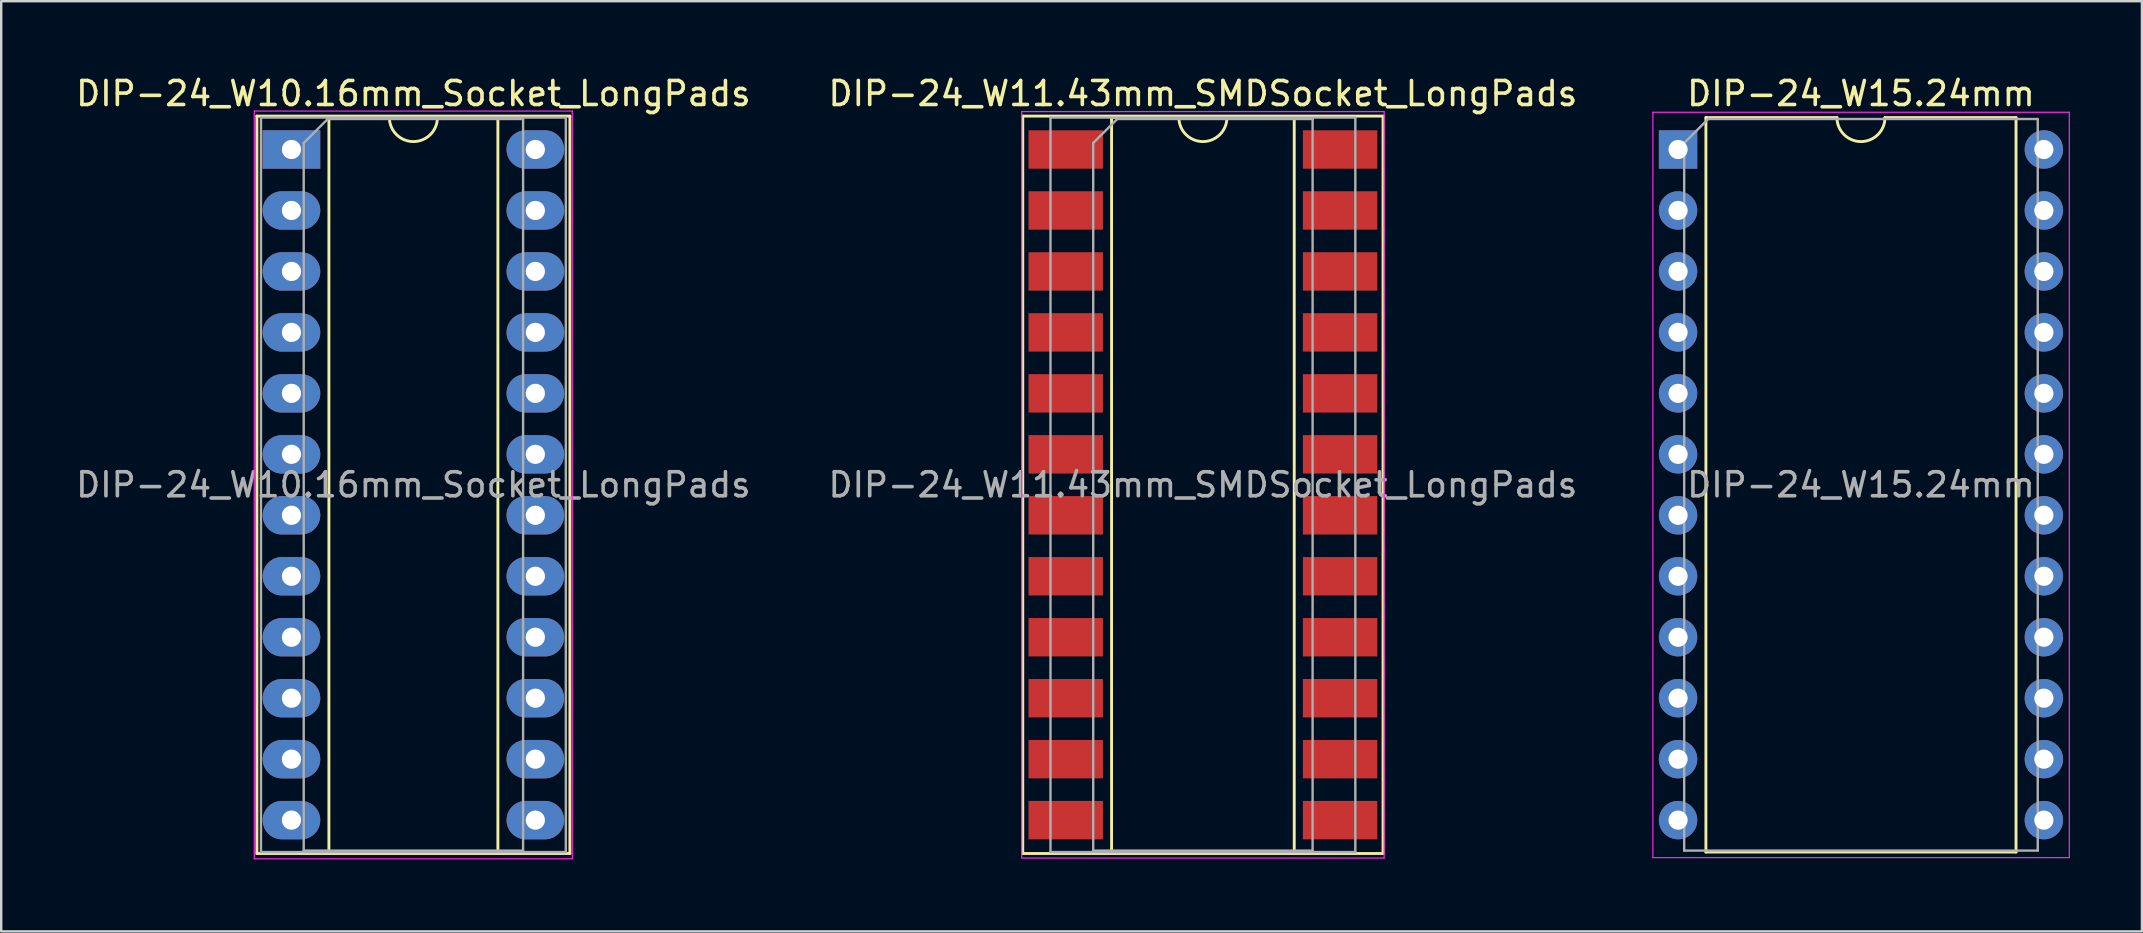
<source format=kicad_pcb>
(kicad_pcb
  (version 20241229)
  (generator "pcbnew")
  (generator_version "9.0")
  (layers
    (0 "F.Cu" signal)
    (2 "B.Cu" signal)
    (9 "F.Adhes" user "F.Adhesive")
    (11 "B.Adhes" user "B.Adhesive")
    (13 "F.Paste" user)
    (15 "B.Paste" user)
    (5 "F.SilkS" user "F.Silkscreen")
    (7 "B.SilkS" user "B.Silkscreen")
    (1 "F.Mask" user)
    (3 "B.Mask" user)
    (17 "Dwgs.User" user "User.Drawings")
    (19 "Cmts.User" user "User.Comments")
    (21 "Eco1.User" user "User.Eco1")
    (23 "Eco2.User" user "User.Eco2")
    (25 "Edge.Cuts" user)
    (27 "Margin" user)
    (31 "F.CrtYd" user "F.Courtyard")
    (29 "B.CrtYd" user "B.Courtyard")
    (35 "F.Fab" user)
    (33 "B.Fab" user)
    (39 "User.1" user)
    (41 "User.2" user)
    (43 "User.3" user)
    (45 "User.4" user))
  (footprint "DIP-24_W15.24mm"
    (layer "F.Cu")
    (at 66.861 3.178)
    (property "Reference" "DIP-24_W15.24mm" (at 7.62 -2.33 0) (layer "F.SilkS") (effects (font (size 1 1) (thickness 0.15))))
    (attr through_hole)
    (fp_line (start 1.16 -1.33) (end 1.16 29.27) (stroke (width 0.12) (type solid)) (layer "F.SilkS"))
    (fp_line (start 1.16 29.27) (end 14.08 29.27) (stroke (width 0.12) (type solid)) (layer "F.SilkS"))
    (fp_line (start 6.62 -1.33) (end 1.16 -1.33) (stroke (width 0.12) (type solid)) (layer "F.SilkS"))
    (fp_line (start 14.08 -1.33) (end 8.62 -1.33) (stroke (width 0.12) (type solid)) (layer "F.SilkS"))
    (fp_line (start 14.08 29.27) (end 14.08 -1.33) (stroke (width 0.12) (type solid)) (layer "F.SilkS"))
    (fp_arc (start 8.62 -1.33) (mid 7.62 -0.33) (end 6.62 -1.33) (stroke (width 0.12) (type solid)) (layer "F.SilkS"))
    (fp_line (start -1.05 -1.55) (end -1.05 29.5) (stroke (width 0.05) (type solid)) (layer "F.CrtYd"))
    (fp_line (start -1.05 29.5) (end 16.3 29.5) (stroke (width 0.05) (type solid)) (layer "F.CrtYd"))
    (fp_line (start 16.3 -1.55) (end -1.05 -1.55) (stroke (width 0.05) (type solid)) (layer "F.CrtYd"))
    (fp_line (start 16.3 29.5) (end 16.3 -1.55) (stroke (width 0.05) (type solid)) (layer "F.CrtYd"))
    (fp_line (start 0.255 -0.27) (end 1.255 -1.27) (stroke (width 0.1) (type solid)) (layer "F.Fab"))
    (fp_line (start 0.255 29.21) (end 0.255 -0.27) (stroke (width 0.1) (type solid)) (layer "F.Fab"))
    (fp_line (start 1.255 -1.27) (end 14.985 -1.27) (stroke (width 0.1) (type solid)) (layer "F.Fab"))
    (fp_line (start 14.985 -1.27) (end 14.985 29.21) (stroke (width 0.1) (type solid)) (layer "F.Fab"))
    (fp_line (start 14.985 29.21) (end 0.255 29.21) (stroke (width 0.1) (type solid)) (layer "F.Fab"))
    (fp_text user "${REFERENCE}" (at 7.62 13.97 0) (layer "F.Fab") (effects (font (size 1 1) (thickness 0.15))))
    (pad "1" thru_hole rect (at 0 0) (size 1.6 1.6) (drill 0.8) (layers "*.Cu" "*.Mask"))
    (pad "2" thru_hole oval (at 0 2.54) (size 1.6 1.6) (drill 0.8) (layers "*.Cu" "*.Mask"))
    (pad "3" thru_hole oval (at 0 5.08) (size 1.6 1.6) (drill 0.8) (layers "*.Cu" "*.Mask"))
    (pad "4" thru_hole oval (at 0 7.62) (size 1.6 1.6) (drill 0.8) (layers "*.Cu" "*.Mask"))
    (pad "5" thru_hole oval (at 0 10.16) (size 1.6 1.6) (drill 0.8) (layers "*.Cu" "*.Mask"))
    (pad "6" thru_hole oval (at 0 12.7) (size 1.6 1.6) (drill 0.8) (layers "*.Cu" "*.Mask"))
    (pad "7" thru_hole oval (at 0 15.24) (size 1.6 1.6) (drill 0.8) (layers "*.Cu" "*.Mask"))
    (pad "8" thru_hole oval (at 0 17.78) (size 1.6 1.6) (drill 0.8) (layers "*.Cu" "*.Mask"))
    (pad "9" thru_hole oval (at 0 20.32) (size 1.6 1.6) (drill 0.8) (layers "*.Cu" "*.Mask"))
    (pad "10" thru_hole oval (at 0 22.86) (size 1.6 1.6) (drill 0.8) (layers "*.Cu" "*.Mask"))
    (pad "11" thru_hole oval (at 0 25.4) (size 1.6 1.6) (drill 0.8) (layers "*.Cu" "*.Mask"))
    (pad "12" thru_hole oval (at 0 27.94) (size 1.6 1.6) (drill 0.8) (layers "*.Cu" "*.Mask"))
    (pad "13" thru_hole oval (at 15.24 27.94) (size 1.6 1.6) (drill 0.8) (layers "*.Cu" "*.Mask"))
    (pad "14" thru_hole oval (at 15.24 25.4) (size 1.6 1.6) (drill 0.8) (layers "*.Cu" "*.Mask"))
    (pad "15" thru_hole oval (at 15.24 22.86) (size 1.6 1.6) (drill 0.8) (layers "*.Cu" "*.Mask"))
    (pad "16" thru_hole oval (at 15.24 20.32) (size 1.6 1.6) (drill 0.8) (layers "*.Cu" "*.Mask"))
    (pad "17" thru_hole oval (at 15.24 17.78) (size 1.6 1.6) (drill 0.8) (layers "*.Cu" "*.Mask"))
    (pad "18" thru_hole oval (at 15.24 15.24) (size 1.6 1.6) (drill 0.8) (layers "*.Cu" "*.Mask"))
    (pad "19" thru_hole oval (at 15.24 12.7) (size 1.6 1.6) (drill 0.8) (layers "*.Cu" "*.Mask"))
    (pad "20" thru_hole oval (at 15.24 10.16) (size 1.6 1.6) (drill 0.8) (layers "*.Cu" "*.Mask"))
    (pad "21" thru_hole oval (at 15.24 7.62) (size 1.6 1.6) (drill 0.8) (layers "*.Cu" "*.Mask"))
    (pad "22" thru_hole oval (at 15.24 5.08) (size 1.6 1.6) (drill 0.8) (layers "*.Cu" "*.Mask"))
    (pad "23" thru_hole oval (at 15.24 2.54) (size 1.6 1.6) (drill 0.8) (layers "*.Cu" "*.Mask"))
    (pad "24" thru_hole oval (at 15.24 0) (size 1.6 1.6) (drill 0.8) (layers "*.Cu" "*.Mask")))
  (footprint "DIP-24_W10.16mm_Socket_LongPads"
    (layer "F.Cu")
    (at 9.093 3.178)
    (property "Reference" "DIP-24_W10.16mm_Socket_LongPads" (at 5.08 -2.33 0) (layer "F.SilkS") (effects (font (size 1 1) (thickness 0.15))))
    (attr through_hole)
    (fp_line (start -1.44 -1.39) (end -1.44 29.33) (stroke (width 0.12) (type solid)) (layer "F.SilkS"))
    (fp_line (start -1.44 29.33) (end 11.6 29.33) (stroke (width 0.12) (type solid)) (layer "F.SilkS"))
    (fp_line (start 1.56 -1.33) (end 1.56 29.27) (stroke (width 0.12) (type solid)) (layer "F.SilkS"))
    (fp_line (start 1.56 29.27) (end 8.6 29.27) (stroke (width 0.12) (type solid)) (layer "F.SilkS"))
    (fp_line (start 4.08 -1.33) (end 1.56 -1.33) (stroke (width 0.12) (type solid)) (layer "F.SilkS"))
    (fp_line (start 8.6 -1.33) (end 6.08 -1.33) (stroke (width 0.12) (type solid)) (layer "F.SilkS"))
    (fp_line (start 8.6 29.27) (end 8.6 -1.33) (stroke (width 0.12) (type solid)) (layer "F.SilkS"))
    (fp_line (start 11.6 -1.39) (end -1.44 -1.39) (stroke (width 0.12) (type solid)) (layer "F.SilkS"))
    (fp_line (start 11.6 29.33) (end 11.6 -1.39) (stroke (width 0.12) (type solid)) (layer "F.SilkS"))
    (fp_arc (start 6.08 -1.33) (mid 5.08 -0.33) (end 4.08 -1.33) (stroke (width 0.12) (type solid)) (layer "F.SilkS"))
    (fp_line (start -1.55 -1.6) (end -1.55 29.55) (stroke (width 0.05) (type solid)) (layer "F.CrtYd"))
    (fp_line (start -1.55 29.55) (end 11.7 29.55) (stroke (width 0.05) (type solid)) (layer "F.CrtYd"))
    (fp_line (start 11.7 -1.6) (end -1.55 -1.6) (stroke (width 0.05) (type solid)) (layer "F.CrtYd"))
    (fp_line (start 11.7 29.55) (end 11.7 -1.6) (stroke (width 0.05) (type solid)) (layer "F.CrtYd"))
    (fp_line (start -1.27 -1.33) (end -1.27 29.27) (stroke (width 0.1) (type solid)) (layer "F.Fab"))
    (fp_line (start -1.27 29.27) (end 11.43 29.27) (stroke (width 0.1) (type solid)) (layer "F.Fab"))
    (fp_line (start 0.51 -0.27) (end 1.51 -1.27) (stroke (width 0.1) (type solid)) (layer "F.Fab"))
    (fp_line (start 0.51 29.21) (end 0.51 -0.27) (stroke (width 0.1) (type solid)) (layer "F.Fab"))
    (fp_line (start 1.51 -1.27) (end 9.65 -1.27) (stroke (width 0.1) (type solid)) (layer "F.Fab"))
    (fp_line (start 9.65 -1.27) (end 9.65 29.21) (stroke (width 0.1) (type solid)) (layer "F.Fab"))
    (fp_line (start 9.65 29.21) (end 0.51 29.21) (stroke (width 0.1) (type solid)) (layer "F.Fab"))
    (fp_line (start 11.43 -1.33) (end -1.27 -1.33) (stroke (width 0.1) (type solid)) (layer "F.Fab"))
    (fp_line (start 11.43 29.27) (end 11.43 -1.33) (stroke (width 0.1) (type solid)) (layer "F.Fab"))
    (fp_text user "${REFERENCE}" (at 5.08 13.97 0) (layer "F.Fab") (effects (font (size 1 1) (thickness 0.15))))
    (pad "1" thru_hole rect (at 0 0) (size 2.4 1.6) (drill 0.8) (layers "*.Cu" "*.Mask"))
    (pad "2" thru_hole oval (at 0 2.54) (size 2.4 1.6) (drill 0.8) (layers "*.Cu" "*.Mask"))
    (pad "3" thru_hole oval (at 0 5.08) (size 2.4 1.6) (drill 0.8) (layers "*.Cu" "*.Mask"))
    (pad "4" thru_hole oval (at 0 7.62) (size 2.4 1.6) (drill 0.8) (layers "*.Cu" "*.Mask"))
    (pad "5" thru_hole oval (at 0 10.16) (size 2.4 1.6) (drill 0.8) (layers "*.Cu" "*.Mask"))
    (pad "6" thru_hole oval (at 0 12.7) (size 2.4 1.6) (drill 0.8) (layers "*.Cu" "*.Mask"))
    (pad "7" thru_hole oval (at 0 15.24) (size 2.4 1.6) (drill 0.8) (layers "*.Cu" "*.Mask"))
    (pad "8" thru_hole oval (at 0 17.78) (size 2.4 1.6) (drill 0.8) (layers "*.Cu" "*.Mask"))
    (pad "9" thru_hole oval (at 0 20.32) (size 2.4 1.6) (drill 0.8) (layers "*.Cu" "*.Mask"))
    (pad "10" thru_hole oval (at 0 22.86) (size 2.4 1.6) (drill 0.8) (layers "*.Cu" "*.Mask"))
    (pad "11" thru_hole oval (at 0 25.4) (size 2.4 1.6) (drill 0.8) (layers "*.Cu" "*.Mask"))
    (pad "12" thru_hole oval (at 0 27.94) (size 2.4 1.6) (drill 0.8) (layers "*.Cu" "*.Mask"))
    (pad "13" thru_hole oval (at 10.16 27.94) (size 2.4 1.6) (drill 0.8) (layers "*.Cu" "*.Mask"))
    (pad "14" thru_hole oval (at 10.16 25.4) (size 2.4 1.6) (drill 0.8) (layers "*.Cu" "*.Mask"))
    (pad "15" thru_hole oval (at 10.16 22.86) (size 2.4 1.6) (drill 0.8) (layers "*.Cu" "*.Mask"))
    (pad "16" thru_hole oval (at 10.16 20.32) (size 2.4 1.6) (drill 0.8) (layers "*.Cu" "*.Mask"))
    (pad "17" thru_hole oval (at 10.16 17.78) (size 2.4 1.6) (drill 0.8) (layers "*.Cu" "*.Mask"))
    (pad "18" thru_hole oval (at 10.16 15.24) (size 2.4 1.6) (drill 0.8) (layers "*.Cu" "*.Mask"))
    (pad "19" thru_hole oval (at 10.16 12.7) (size 2.4 1.6) (drill 0.8) (layers "*.Cu" "*.Mask"))
    (pad "20" thru_hole oval (at 10.16 10.16) (size 2.4 1.6) (drill 0.8) (layers "*.Cu" "*.Mask"))
    (pad "21" thru_hole oval (at 10.16 7.62) (size 2.4 1.6) (drill 0.8) (layers "*.Cu" "*.Mask"))
    (pad "22" thru_hole oval (at 10.16 5.08) (size 2.4 1.6) (drill 0.8) (layers "*.Cu" "*.Mask"))
    (pad "23" thru_hole oval (at 10.16 2.54) (size 2.4 1.6) (drill 0.8) (layers "*.Cu" "*.Mask"))
    (pad "24" thru_hole oval (at 10.16 0) (size 2.4 1.6) (drill 0.8) (layers "*.Cu" "*.Mask")))
  (footprint "DIP-24_W11.43mm_SMDSocket_LongPads"
    (layer "F.Cu")
    (at 47.065 17.148)
    (property "Reference" "DIP-24_W11.43mm_SMDSocket_LongPads" (at 0 -16.3 0) (layer "F.SilkS") (effects (font (size 1 1) (thickness 0.15))))
    (attr smd)
    (fp_line (start -7.505 -15.36) (end -7.505 15.36) (stroke (width 0.12) (type solid)) (layer "F.SilkS"))
    (fp_line (start -7.505 15.36) (end 7.505 15.36) (stroke (width 0.12) (type solid)) (layer "F.SilkS"))
    (fp_line (start -3.805 -15.3) (end -3.805 15.3) (stroke (width 0.12) (type solid)) (layer "F.SilkS"))
    (fp_line (start -3.805 15.3) (end 3.805 15.3) (stroke (width 0.12) (type solid)) (layer "F.SilkS"))
    (fp_line (start -1 -15.3) (end -3.805 -15.3) (stroke (width 0.12) (type solid)) (layer "F.SilkS"))
    (fp_line (start 3.805 -15.3) (end 1 -15.3) (stroke (width 0.12) (type solid)) (layer "F.SilkS"))
    (fp_line (start 3.805 15.3) (end 3.805 -15.3) (stroke (width 0.12) (type solid)) (layer "F.SilkS"))
    (fp_line (start 7.505 -15.36) (end -7.505 -15.36) (stroke (width 0.12) (type solid)) (layer "F.SilkS"))
    (fp_line (start 7.505 15.36) (end 7.505 -15.36) (stroke (width 0.12) (type solid)) (layer "F.SilkS"))
    (fp_arc (start 1 -15.3) (mid 0 -14.3) (end -1 -15.3) (stroke (width 0.12) (type solid)) (layer "F.SilkS"))
    (fp_line (start -7.55 -15.55) (end -7.55 15.55) (stroke (width 0.05) (type solid)) (layer "F.CrtYd"))
    (fp_line (start -7.55 15.55) (end 7.55 15.55) (stroke (width 0.05) (type solid)) (layer "F.CrtYd"))
    (fp_line (start 7.55 -15.55) (end -7.55 -15.55) (stroke (width 0.05) (type solid)) (layer "F.CrtYd"))
    (fp_line (start 7.55 15.55) (end 7.55 -15.55) (stroke (width 0.05) (type solid)) (layer "F.CrtYd"))
    (fp_line (start -6.35 -15.3) (end -6.35 15.3) (stroke (width 0.1) (type solid)) (layer "F.Fab"))
    (fp_line (start -6.35 15.3) (end 6.35 15.3) (stroke (width 0.1) (type solid)) (layer "F.Fab"))
    (fp_line (start -4.57 -14.24) (end -3.57 -15.24) (stroke (width 0.1) (type solid)) (layer "F.Fab"))
    (fp_line (start -4.57 15.24) (end -4.57 -14.24) (stroke (width 0.1) (type solid)) (layer "F.Fab"))
    (fp_line (start -3.57 -15.24) (end 4.57 -15.24) (stroke (width 0.1) (type solid)) (layer "F.Fab"))
    (fp_line (start 4.57 -15.24) (end 4.57 15.24) (stroke (width 0.1) (type solid)) (layer "F.Fab"))
    (fp_line (start 4.57 15.24) (end -4.57 15.24) (stroke (width 0.1) (type solid)) (layer "F.Fab"))
    (fp_line (start 6.35 -15.3) (end -6.35 -15.3) (stroke (width 0.1) (type solid)) (layer "F.Fab"))
    (fp_line (start 6.35 15.3) (end 6.35 -15.3) (stroke (width 0.1) (type solid)) (layer "F.Fab"))
    (fp_text user "${REFERENCE}" (at 0 0 0) (layer "F.Fab") (effects (font (size 1 1) (thickness 0.15))))
    (pad "1" smd rect (at -5.715 -13.97) (size 3.1 1.6) (layers "F.Cu" "F.Mask" "F.Paste"))
    (pad "2" smd rect (at -5.715 -11.43) (size 3.1 1.6) (layers "F.Cu" "F.Mask" "F.Paste"))
    (pad "3" smd rect (at -5.715 -8.89) (size 3.1 1.6) (layers "F.Cu" "F.Mask" "F.Paste"))
    (pad "4" smd rect (at -5.715 -6.35) (size 3.1 1.6) (layers "F.Cu" "F.Mask" "F.Paste"))
    (pad "5" smd rect (at -5.715 -3.81) (size 3.1 1.6) (layers "F.Cu" "F.Mask" "F.Paste"))
    (pad "6" smd rect (at -5.715 -1.27) (size 3.1 1.6) (layers "F.Cu" "F.Mask" "F.Paste"))
    (pad "7" smd rect (at -5.715 1.27) (size 3.1 1.6) (layers "F.Cu" "F.Mask" "F.Paste"))
    (pad "8" smd rect (at -5.715 3.81) (size 3.1 1.6) (layers "F.Cu" "F.Mask" "F.Paste"))
    (pad "9" smd rect (at -5.715 6.35) (size 3.1 1.6) (layers "F.Cu" "F.Mask" "F.Paste"))
    (pad "10" smd rect (at -5.715 8.89) (size 3.1 1.6) (layers "F.Cu" "F.Mask" "F.Paste"))
    (pad "11" smd rect (at -5.715 11.43) (size 3.1 1.6) (layers "F.Cu" "F.Mask" "F.Paste"))
    (pad "12" smd rect (at -5.715 13.97) (size 3.1 1.6) (layers "F.Cu" "F.Mask" "F.Paste"))
    (pad "13" smd rect (at 5.715 13.97) (size 3.1 1.6) (layers "F.Cu" "F.Mask" "F.Paste"))
    (pad "14" smd rect (at 5.715 11.43) (size 3.1 1.6) (layers "F.Cu" "F.Mask" "F.Paste"))
    (pad "15" smd rect (at 5.715 8.89) (size 3.1 1.6) (layers "F.Cu" "F.Mask" "F.Paste"))
    (pad "16" smd rect (at 5.715 6.35) (size 3.1 1.6) (layers "F.Cu" "F.Mask" "F.Paste"))
    (pad "17" smd rect (at 5.715 3.81) (size 3.1 1.6) (layers "F.Cu" "F.Mask" "F.Paste"))
    (pad "18" smd rect (at 5.715 1.27) (size 3.1 1.6) (layers "F.Cu" "F.Mask" "F.Paste"))
    (pad "19" smd rect (at 5.715 -1.27) (size 3.1 1.6) (layers "F.Cu" "F.Mask" "F.Paste"))
    (pad "20" smd rect (at 5.715 -3.81) (size 3.1 1.6) (layers "F.Cu" "F.Mask" "F.Paste"))
    (pad "21" smd rect (at 5.715 -6.35) (size 3.1 1.6) (layers "F.Cu" "F.Mask" "F.Paste"))
    (pad "22" smd rect (at 5.715 -8.89) (size 3.1 1.6) (layers "F.Cu" "F.Mask" "F.Paste"))
    (pad "23" smd rect (at 5.715 -11.43) (size 3.1 1.6) (layers "F.Cu" "F.Mask" "F.Paste"))
    (pad "24" smd rect (at 5.715 -13.97) (size 3.1 1.6) (layers "F.Cu" "F.Mask" "F.Paste")))
  (gr_rect
    (start -3 -3)
    (end 86.186 35.753)
    (stroke (width 0.1) (type default))
    (fill no)
    (layer "Edge.Cuts")))
</source>
